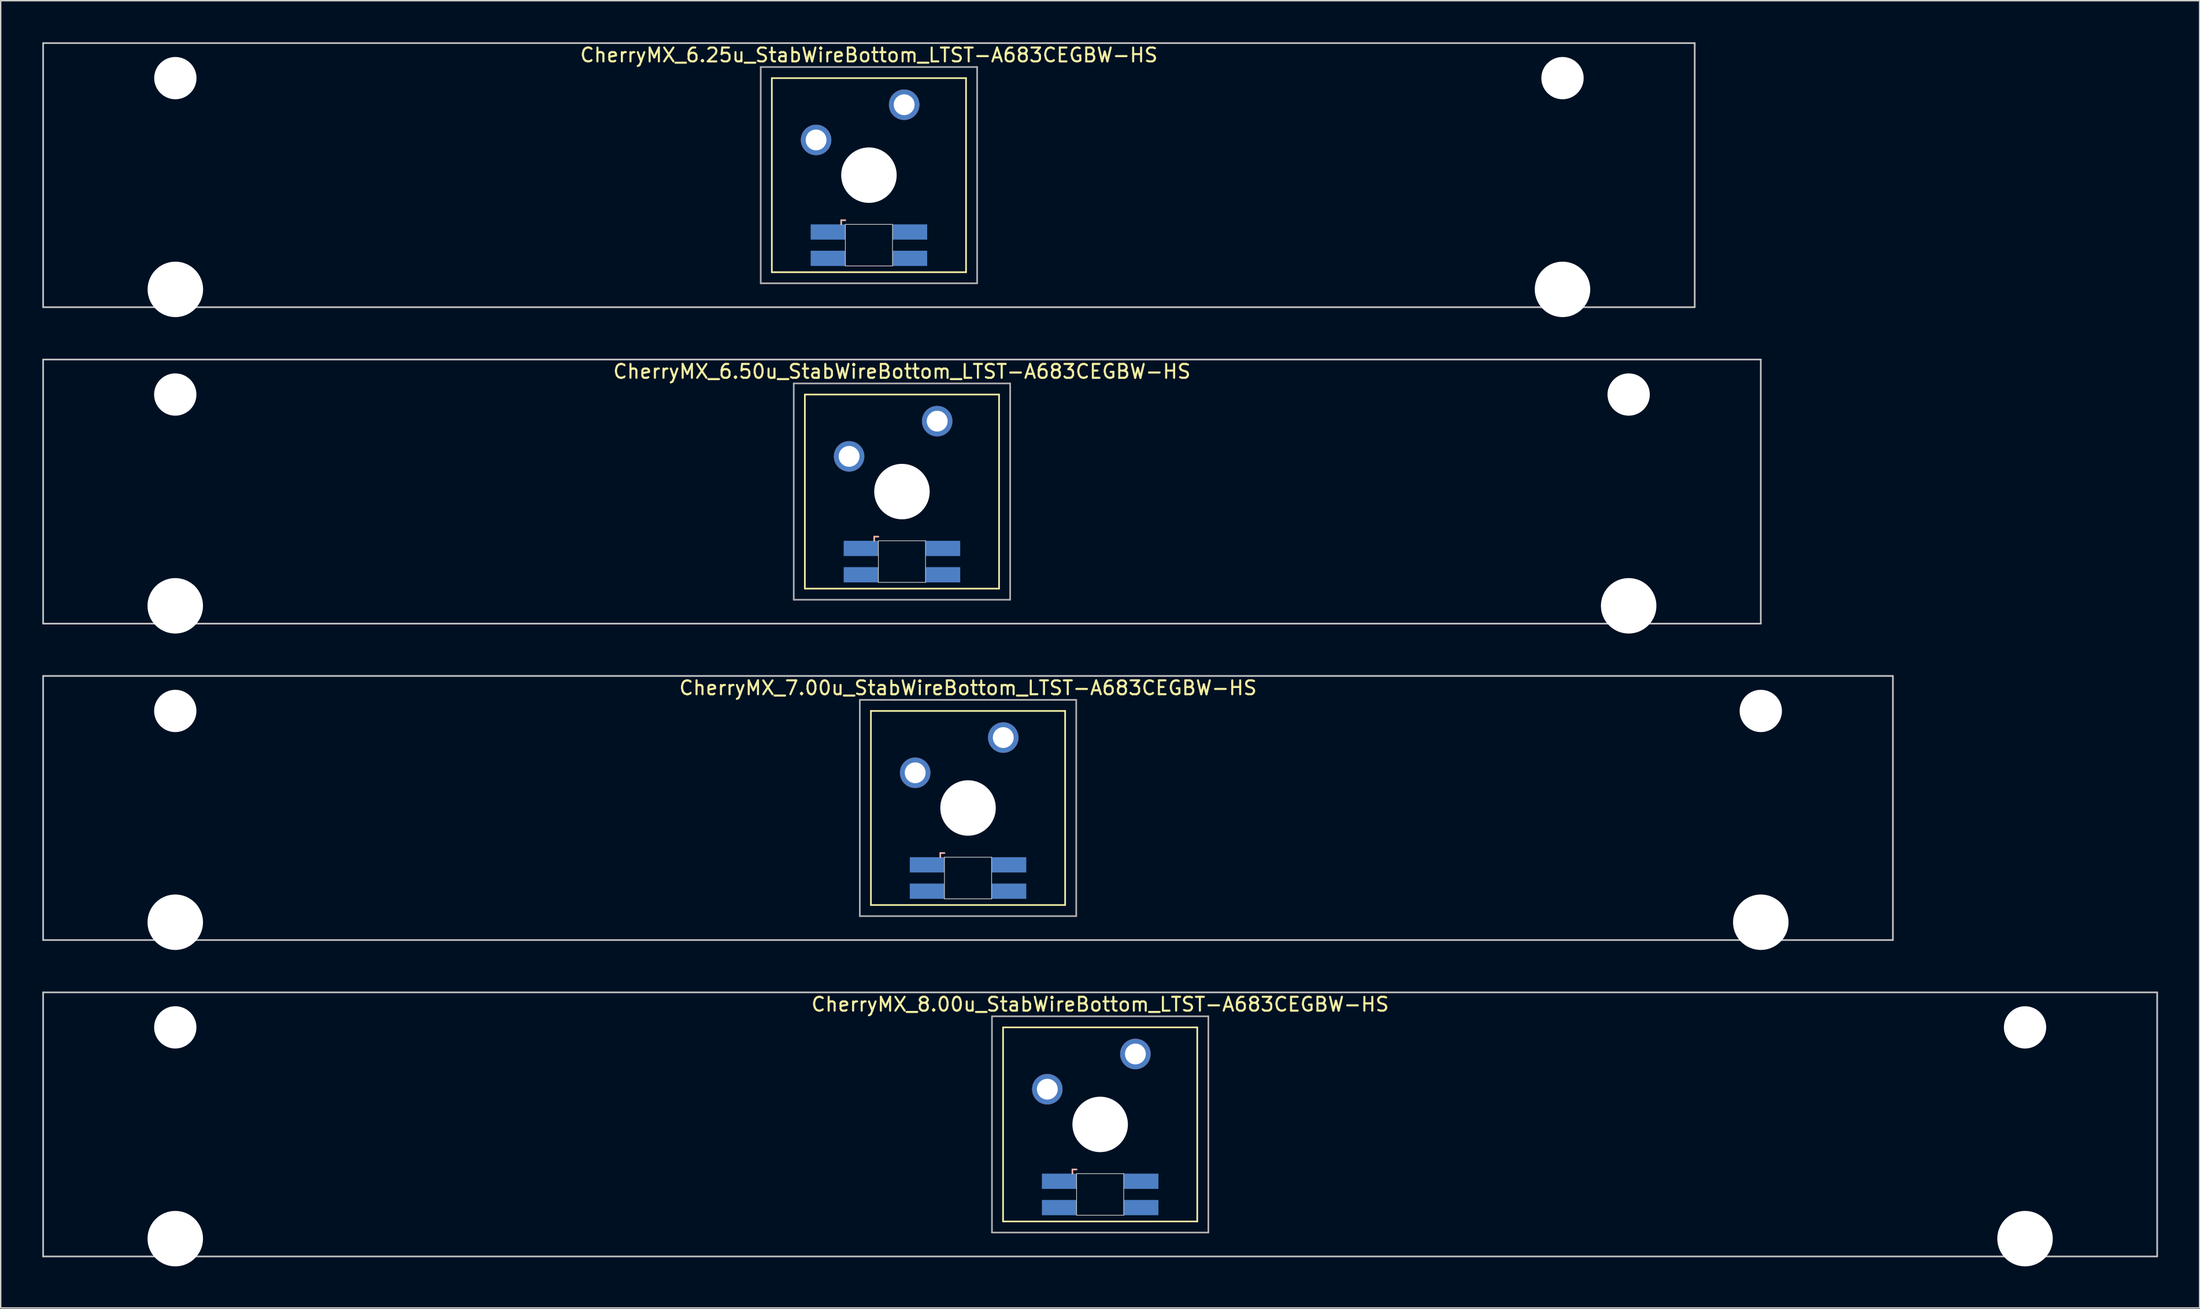
<source format=kicad_pcb>
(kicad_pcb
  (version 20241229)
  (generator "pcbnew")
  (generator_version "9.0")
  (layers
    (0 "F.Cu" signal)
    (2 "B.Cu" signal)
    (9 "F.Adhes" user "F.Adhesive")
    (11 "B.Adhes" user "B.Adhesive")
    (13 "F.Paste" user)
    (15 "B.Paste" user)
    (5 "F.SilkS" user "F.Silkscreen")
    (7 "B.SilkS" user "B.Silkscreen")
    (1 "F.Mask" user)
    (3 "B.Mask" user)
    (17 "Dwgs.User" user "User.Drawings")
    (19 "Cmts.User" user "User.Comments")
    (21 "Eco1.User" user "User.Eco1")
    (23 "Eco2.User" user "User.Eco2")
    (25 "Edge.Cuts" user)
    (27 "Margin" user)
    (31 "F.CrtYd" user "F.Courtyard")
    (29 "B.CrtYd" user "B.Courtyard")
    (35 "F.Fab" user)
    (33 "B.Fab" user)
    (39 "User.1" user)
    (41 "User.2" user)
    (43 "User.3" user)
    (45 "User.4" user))
  (footprint "CherryMX_6.50u_StabWireBottom_LTST-A683CEGBW-HS"
    (layer "F.Cu")
    (at 61.972 32.41)
    (property "Reference" "CherryMX_6.50u_StabWireBottom_LTST-A683CEGBW-HS" (at 0 -8.662 0) (layer "F.SilkS") (effects (font (size 1 1) (thickness 0.15))))
    (attr through_hole)
    (fp_line (start -7 -7) (end -7 7) (stroke (width 0.12) (type solid)) (layer "F.SilkS"))
    (fp_line (start -7 -7) (end 7 -7) (stroke (width 0.12) (type solid)) (layer "F.SilkS"))
    (fp_line (start 7 -7) (end 7 7) (stroke (width 0.12) (type solid)) (layer "F.SilkS"))
    (fp_line (start 7 7) (end -7 7) (stroke (width 0.12) (type solid)) (layer "F.SilkS"))
    (fp_line (start -2 3.25) (end -2 3.55) (stroke (width 0.12) (type solid)) (layer "B.SilkS"))
    (fp_line (start -1.7 3.25) (end -2 3.25) (stroke (width 0.12) (type solid)) (layer "B.SilkS"))
    (fp_line (start -61.913 -9.525) (end 61.913 -9.525) (stroke (width 0.12) (type solid)) (layer "Dwgs.User"))
    (fp_line (start -61.913 9.525) (end -61.913 -9.525) (stroke (width 0.12) (type solid)) (layer "Dwgs.User"))
    (fp_line (start 61.913 -9.525) (end 61.913 9.525) (stroke (width 0.12) (type solid)) (layer "Dwgs.User"))
    (fp_line (start 61.913 9.525) (end -61.913 9.525) (stroke (width 0.12) (type solid)) (layer "Dwgs.User"))
    (fp_line (start -1.7 3.55) (end 1.7 3.55) (stroke (width 0.05) (type solid)) (layer "Edge.Cuts"))
    (fp_line (start -1.7 6.55) (end -1.7 3.55) (stroke (width 0.05) (type solid)) (layer "Edge.Cuts"))
    (fp_line (start 1.7 3.55) (end 1.7 6.55) (stroke (width 0.05) (type solid)) (layer "Edge.Cuts"))
    (fp_line (start 1.7 6.55) (end -1.7 6.55) (stroke (width 0.05) (type solid)) (layer "Edge.Cuts"))
    (fp_line (start -7.8 -7.8) (end -7.8 7.8) (stroke (width 0.12) (type solid)) (layer "F.Fab"))
    (fp_line (start -7.8 -7.8) (end 7.8 -7.8) (stroke (width 0.12) (type solid)) (layer "F.Fab"))
    (fp_line (start -7.8 7.8) (end 7.8 7.8) (stroke (width 0.12) (type solid)) (layer "F.Fab"))
    (fp_line (start 7.8 -7.8) (end 7.8 7.8) (stroke (width 0.12) (type solid)) (layer "F.Fab"))
    (pad "" np_thru_hole circle (at -52.388 -7) (size 3.05 3.05) (drill 3.05) (layers "*.Cu" "*.Mask"))
    (pad "" np_thru_hole circle (at -52.388 8.24) (size 4 4) (drill 4) (layers "*.Cu" "*.Mask"))
    (pad "" np_thru_hole circle (at 0 0) (size 4 4) (drill 4) (layers "*.Cu" "*.Mask"))
    (pad "" np_thru_hole circle (at 52.388 -7) (size 3.05 3.05) (drill 3.05) (layers "*.Cu" "*.Mask"))
    (pad "" np_thru_hole circle (at 52.388 8.24) (size 4 4) (drill 4) (layers "*.Cu" "*.Mask"))
    (pad "1" thru_hole circle (at -3.81 -2.54) (size 2.2 2.2) (drill 1.5) (layers "*.Cu" "*.Mask"))
    (pad "2" thru_hole circle (at 2.54 -5.08) (size 2.2 2.2) (drill 1.5) (layers "*.Cu" "*.Mask"))
    (pad "3" smd rect (at -2.95 4.1) (size 2.5 1.1) (layers "B.Cu" "B.Mask" "B.Paste"))
    (pad "4" smd rect (at -2.95 6) (size 2.5 1.1) (layers "B.Cu" "B.Mask" "B.Paste"))
    (pad "5" smd rect (at 2.95 4.1) (size 2.5 1.1) (layers "B.Cu" "B.Mask" "B.Paste"))
    (pad "6" smd rect (at 2.95 6) (size 2.5 1.1) (layers "B.Cu" "B.Mask" "B.Paste")))
  (footprint "CherryMX_8.00u_StabWireBottom_LTST-A683CEGBW-HS"
    (layer "F.Cu")
    (at 76.26 78.06)
    (property "Reference" "CherryMX_8.00u_StabWireBottom_LTST-A683CEGBW-HS" (at 0 -8.662 0) (layer "F.SilkS") (effects (font (size 1 1) (thickness 0.15))))
    (attr through_hole)
    (fp_line (start -7 -7) (end -7 7) (stroke (width 0.12) (type solid)) (layer "F.SilkS"))
    (fp_line (start -7 -7) (end 7 -7) (stroke (width 0.12) (type solid)) (layer "F.SilkS"))
    (fp_line (start 7 -7) (end 7 7) (stroke (width 0.12) (type solid)) (layer "F.SilkS"))
    (fp_line (start 7 7) (end -7 7) (stroke (width 0.12) (type solid)) (layer "F.SilkS"))
    (fp_line (start -2 3.25) (end -2 3.55) (stroke (width 0.12) (type solid)) (layer "B.SilkS"))
    (fp_line (start -1.7 3.25) (end -2 3.25) (stroke (width 0.12) (type solid)) (layer "B.SilkS"))
    (fp_line (start -76.2 -9.525) (end 76.2 -9.525) (stroke (width 0.12) (type solid)) (layer "Dwgs.User"))
    (fp_line (start -76.2 9.525) (end -76.2 -9.525) (stroke (width 0.12) (type solid)) (layer "Dwgs.User"))
    (fp_line (start 76.2 -9.525) (end 76.2 9.525) (stroke (width 0.12) (type solid)) (layer "Dwgs.User"))
    (fp_line (start 76.2 9.525) (end -76.2 9.525) (stroke (width 0.12) (type solid)) (layer "Dwgs.User"))
    (fp_line (start -1.7 3.55) (end 1.7 3.55) (stroke (width 0.05) (type solid)) (layer "Edge.Cuts"))
    (fp_line (start -1.7 6.55) (end -1.7 3.55) (stroke (width 0.05) (type solid)) (layer "Edge.Cuts"))
    (fp_line (start 1.7 3.55) (end 1.7 6.55) (stroke (width 0.05) (type solid)) (layer "Edge.Cuts"))
    (fp_line (start 1.7 6.55) (end -1.7 6.55) (stroke (width 0.05) (type solid)) (layer "Edge.Cuts"))
    (fp_line (start -7.8 -7.8) (end -7.8 7.8) (stroke (width 0.12) (type solid)) (layer "F.Fab"))
    (fp_line (start -7.8 -7.8) (end 7.8 -7.8) (stroke (width 0.12) (type solid)) (layer "F.Fab"))
    (fp_line (start -7.8 7.8) (end 7.8 7.8) (stroke (width 0.12) (type solid)) (layer "F.Fab"))
    (fp_line (start 7.8 -7.8) (end 7.8 7.8) (stroke (width 0.12) (type solid)) (layer "F.Fab"))
    (pad "" np_thru_hole circle (at -66.675 -7) (size 3.05 3.05) (drill 3.05) (layers "*.Cu" "*.Mask"))
    (pad "" np_thru_hole circle (at -66.675 8.24) (size 4 4) (drill 4) (layers "*.Cu" "*.Mask"))
    (pad "" np_thru_hole circle (at 0 0) (size 4 4) (drill 4) (layers "*.Cu" "*.Mask"))
    (pad "" np_thru_hole circle (at 66.675 -7) (size 3.05 3.05) (drill 3.05) (layers "*.Cu" "*.Mask"))
    (pad "" np_thru_hole circle (at 66.675 8.24) (size 4 4) (drill 4) (layers "*.Cu" "*.Mask"))
    (pad "1" thru_hole circle (at -3.81 -2.54) (size 2.2 2.2) (drill 1.5) (layers "*.Cu" "*.Mask"))
    (pad "2" thru_hole circle (at 2.54 -5.08) (size 2.2 2.2) (drill 1.5) (layers "*.Cu" "*.Mask"))
    (pad "3" smd rect (at -2.95 4.1) (size 2.5 1.1) (layers "B.Cu" "B.Mask" "B.Paste"))
    (pad "4" smd rect (at -2.95 6) (size 2.5 1.1) (layers "B.Cu" "B.Mask" "B.Paste"))
    (pad "5" smd rect (at 2.95 4.1) (size 2.5 1.1) (layers "B.Cu" "B.Mask" "B.Paste"))
    (pad "6" smd rect (at 2.95 6) (size 2.5 1.1) (layers "B.Cu" "B.Mask" "B.Paste")))
  (footprint "CherryMX_6.25u_StabWireBottom_LTST-A683CEGBW-HS"
    (layer "F.Cu")
    (at 59.591 9.585)
    (property "Reference" "CherryMX_6.25u_StabWireBottom_LTST-A683CEGBW-HS" (at 0 -8.662 0) (layer "F.SilkS") (effects (font (size 1 1) (thickness 0.15))))
    (attr through_hole)
    (fp_line (start -7 -7) (end -7 7) (stroke (width 0.12) (type solid)) (layer "F.SilkS"))
    (fp_line (start -7 -7) (end 7 -7) (stroke (width 0.12) (type solid)) (layer "F.SilkS"))
    (fp_line (start 7 -7) (end 7 7) (stroke (width 0.12) (type solid)) (layer "F.SilkS"))
    (fp_line (start 7 7) (end -7 7) (stroke (width 0.12) (type solid)) (layer "F.SilkS"))
    (fp_line (start -2 3.25) (end -2 3.55) (stroke (width 0.12) (type solid)) (layer "B.SilkS"))
    (fp_line (start -1.7 3.25) (end -2 3.25) (stroke (width 0.12) (type solid)) (layer "B.SilkS"))
    (fp_line (start -59.531 -9.525) (end 59.531 -9.525) (stroke (width 0.12) (type solid)) (layer "Dwgs.User"))
    (fp_line (start -59.531 9.525) (end -59.531 -9.525) (stroke (width 0.12) (type solid)) (layer "Dwgs.User"))
    (fp_line (start 59.531 -9.525) (end 59.531 9.525) (stroke (width 0.12) (type solid)) (layer "Dwgs.User"))
    (fp_line (start 59.531 9.525) (end -59.531 9.525) (stroke (width 0.12) (type solid)) (layer "Dwgs.User"))
    (fp_line (start -1.7 3.55) (end 1.7 3.55) (stroke (width 0.05) (type solid)) (layer "Edge.Cuts"))
    (fp_line (start -1.7 6.55) (end -1.7 3.55) (stroke (width 0.05) (type solid)) (layer "Edge.Cuts"))
    (fp_line (start 1.7 3.55) (end 1.7 6.55) (stroke (width 0.05) (type solid)) (layer "Edge.Cuts"))
    (fp_line (start 1.7 6.55) (end -1.7 6.55) (stroke (width 0.05) (type solid)) (layer "Edge.Cuts"))
    (fp_line (start -7.8 -7.8) (end -7.8 7.8) (stroke (width 0.12) (type solid)) (layer "F.Fab"))
    (fp_line (start -7.8 -7.8) (end 7.8 -7.8) (stroke (width 0.12) (type solid)) (layer "F.Fab"))
    (fp_line (start -7.8 7.8) (end 7.8 7.8) (stroke (width 0.12) (type solid)) (layer "F.Fab"))
    (fp_line (start 7.8 -7.8) (end 7.8 7.8) (stroke (width 0.12) (type solid)) (layer "F.Fab"))
    (pad "" np_thru_hole circle (at -50 -7) (size 3.05 3.05) (drill 3.05) (layers "*.Cu" "*.Mask"))
    (pad "" np_thru_hole circle (at -50 8.24) (size 4 4) (drill 4) (layers "*.Cu" "*.Mask"))
    (pad "" np_thru_hole circle (at 0 0) (size 4 4) (drill 4) (layers "*.Cu" "*.Mask"))
    (pad "" np_thru_hole circle (at 50 -7) (size 3.05 3.05) (drill 3.05) (layers "*.Cu" "*.Mask"))
    (pad "" np_thru_hole circle (at 50 8.24) (size 4 4) (drill 4) (layers "*.Cu" "*.Mask"))
    (pad "1" thru_hole circle (at -3.81 -2.54) (size 2.2 2.2) (drill 1.5) (layers "*.Cu" "*.Mask"))
    (pad "2" thru_hole circle (at 2.54 -5.08) (size 2.2 2.2) (drill 1.5) (layers "*.Cu" "*.Mask"))
    (pad "3" smd rect (at -2.95 4.1) (size 2.5 1.1) (layers "B.Cu" "B.Mask" "B.Paste"))
    (pad "4" smd rect (at -2.95 6) (size 2.5 1.1) (layers "B.Cu" "B.Mask" "B.Paste"))
    (pad "5" smd rect (at 2.95 4.1) (size 2.5 1.1) (layers "B.Cu" "B.Mask" "B.Paste"))
    (pad "6" smd rect (at 2.95 6) (size 2.5 1.1) (layers "B.Cu" "B.Mask" "B.Paste")))
  (footprint "CherryMX_7.00u_StabWireBottom_LTST-A683CEGBW-HS"
    (layer "F.Cu")
    (at 66.735 55.235)
    (property "Reference" "CherryMX_7.00u_StabWireBottom_LTST-A683CEGBW-HS" (at 0 -8.662 0) (layer "F.SilkS") (effects (font (size 1 1) (thickness 0.15))))
    (attr through_hole)
    (fp_line (start -7 -7) (end -7 7) (stroke (width 0.12) (type solid)) (layer "F.SilkS"))
    (fp_line (start -7 -7) (end 7 -7) (stroke (width 0.12) (type solid)) (layer "F.SilkS"))
    (fp_line (start 7 -7) (end 7 7) (stroke (width 0.12) (type solid)) (layer "F.SilkS"))
    (fp_line (start 7 7) (end -7 7) (stroke (width 0.12) (type solid)) (layer "F.SilkS"))
    (fp_line (start -2 3.25) (end -2 3.55) (stroke (width 0.12) (type solid)) (layer "B.SilkS"))
    (fp_line (start -1.7 3.25) (end -2 3.25) (stroke (width 0.12) (type solid)) (layer "B.SilkS"))
    (fp_line (start -66.675 -9.525) (end 66.675 -9.525) (stroke (width 0.12) (type solid)) (layer "Dwgs.User"))
    (fp_line (start -66.675 9.525) (end -66.675 -9.525) (stroke (width 0.12) (type solid)) (layer "Dwgs.User"))
    (fp_line (start 66.675 -9.525) (end 66.675 9.525) (stroke (width 0.12) (type solid)) (layer "Dwgs.User"))
    (fp_line (start 66.675 9.525) (end -66.675 9.525) (stroke (width 0.12) (type solid)) (layer "Dwgs.User"))
    (fp_line (start -1.7 3.55) (end 1.7 3.55) (stroke (width 0.05) (type solid)) (layer "Edge.Cuts"))
    (fp_line (start -1.7 6.55) (end -1.7 3.55) (stroke (width 0.05) (type solid)) (layer "Edge.Cuts"))
    (fp_line (start 1.7 3.55) (end 1.7 6.55) (stroke (width 0.05) (type solid)) (layer "Edge.Cuts"))
    (fp_line (start 1.7 6.55) (end -1.7 6.55) (stroke (width 0.05) (type solid)) (layer "Edge.Cuts"))
    (fp_line (start -7.8 -7.8) (end -7.8 7.8) (stroke (width 0.12) (type solid)) (layer "F.Fab"))
    (fp_line (start -7.8 -7.8) (end 7.8 -7.8) (stroke (width 0.12) (type solid)) (layer "F.Fab"))
    (fp_line (start -7.8 7.8) (end 7.8 7.8) (stroke (width 0.12) (type solid)) (layer "F.Fab"))
    (fp_line (start 7.8 -7.8) (end 7.8 7.8) (stroke (width 0.12) (type solid)) (layer "F.Fab"))
    (pad "" np_thru_hole circle (at -57.15 -7) (size 3.05 3.05) (drill 3.05) (layers "*.Cu" "*.Mask"))
    (pad "" np_thru_hole circle (at -57.15 8.24) (size 4 4) (drill 4) (layers "*.Cu" "*.Mask"))
    (pad "" np_thru_hole circle (at 0 0) (size 4 4) (drill 4) (layers "*.Cu" "*.Mask"))
    (pad "" np_thru_hole circle (at 57.15 -7) (size 3.05 3.05) (drill 3.05) (layers "*.Cu" "*.Mask"))
    (pad "" np_thru_hole circle (at 57.15 8.24) (size 4 4) (drill 4) (layers "*.Cu" "*.Mask"))
    (pad "1" thru_hole circle (at -3.81 -2.54) (size 2.2 2.2) (drill 1.5) (layers "*.Cu" "*.Mask"))
    (pad "2" thru_hole circle (at 2.54 -5.08) (size 2.2 2.2) (drill 1.5) (layers "*.Cu" "*.Mask"))
    (pad "3" smd rect (at -2.95 4.1) (size 2.5 1.1) (layers "B.Cu" "B.Mask" "B.Paste"))
    (pad "4" smd rect (at -2.95 6) (size 2.5 1.1) (layers "B.Cu" "B.Mask" "B.Paste"))
    (pad "5" smd rect (at 2.95 4.1) (size 2.5 1.1) (layers "B.Cu" "B.Mask" "B.Paste"))
    (pad "6" smd rect (at 2.95 6) (size 2.5 1.1) (layers "B.Cu" "B.Mask" "B.Paste")))
  (gr_rect
    (start -3 -3)
    (end 155.52 91.3)
    (stroke (width 0.1) (type default))
    (fill no)
    (layer "Edge.Cuts")))
</source>
